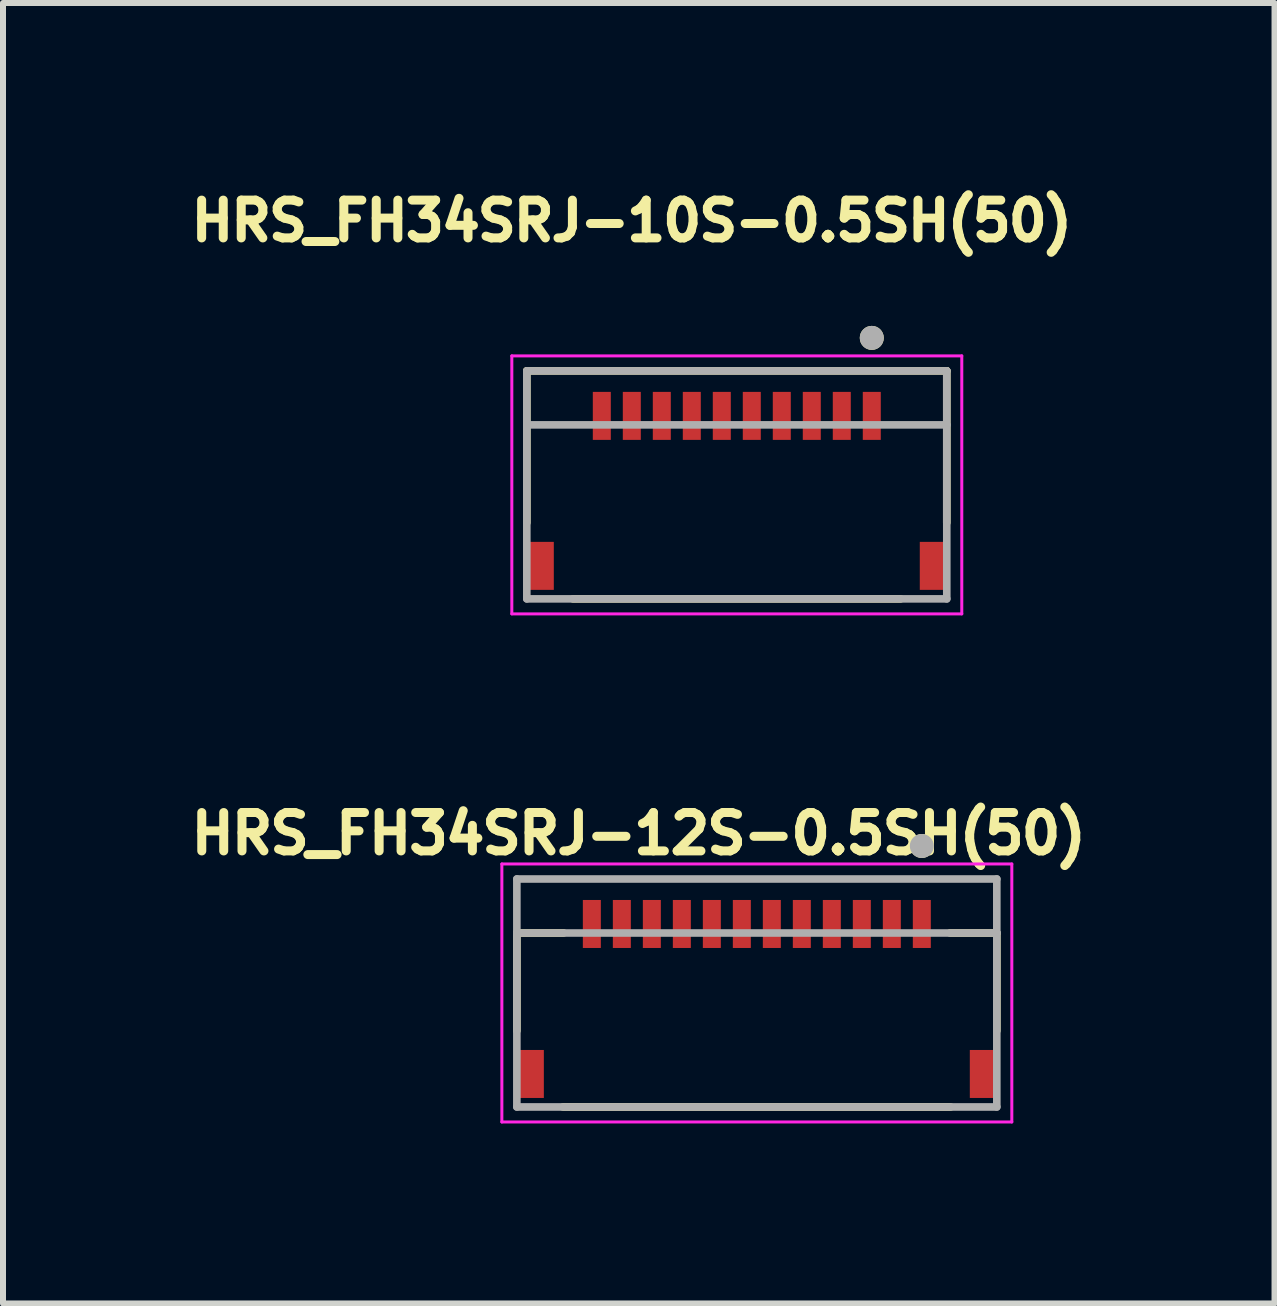
<source format=kicad_pcb>
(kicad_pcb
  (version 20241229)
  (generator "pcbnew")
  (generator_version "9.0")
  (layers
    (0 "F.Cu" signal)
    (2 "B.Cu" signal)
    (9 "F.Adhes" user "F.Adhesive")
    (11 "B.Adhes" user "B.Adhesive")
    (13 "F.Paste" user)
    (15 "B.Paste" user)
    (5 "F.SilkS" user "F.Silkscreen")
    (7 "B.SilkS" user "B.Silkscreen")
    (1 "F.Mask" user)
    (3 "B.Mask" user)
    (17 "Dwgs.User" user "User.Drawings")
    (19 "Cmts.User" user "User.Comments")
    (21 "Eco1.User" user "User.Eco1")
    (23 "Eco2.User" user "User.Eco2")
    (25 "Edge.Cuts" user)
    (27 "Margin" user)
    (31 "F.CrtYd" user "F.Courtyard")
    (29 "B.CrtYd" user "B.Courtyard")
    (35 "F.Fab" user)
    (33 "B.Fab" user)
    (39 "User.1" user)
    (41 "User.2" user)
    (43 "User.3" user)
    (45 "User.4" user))
  (footprint "HRS_FH34SRJ-12S-0.5SH(50)"
    (layer "F.Cu")
    (at 9.565 13.601)
    (property "Reference" "HRS_FH34SRJ-12S-0.5SH(50)" (at -1.968 -2.756 0) (layer "F.SilkS") (effects (font (size 0.64 0.64) (thickness 0.15))))
    (attr smd)
    (fp_line (start -4 -1.1) (end -4 0.53) (stroke (width 0.127) (type solid)) (layer "F.SilkS"))
    (fp_line (start -3.23 1.8) (end 3.23 1.8) (stroke (width 0.127) (type solid)) (layer "F.SilkS"))
    (fp_line (start -3.22 -1.1) (end -4 -1.1) (stroke (width 0.127) (type solid)) (layer "F.SilkS"))
    (fp_line (start 3.22 -1.1) (end 4 -1.1) (stroke (width 0.127) (type solid)) (layer "F.SilkS"))
    (fp_line (start 4 -1.1) (end 4 0.53) (stroke (width 0.127) (type solid)) (layer "F.SilkS"))
    (fp_circle (center 2.75 -2.55) (end 2.85 -2.55) (stroke (width 0.2) (type solid)) (fill no) (layer "F.SilkS"))
    (fp_poly (pts (xy -2.875 -1.65) (xy -2.625 -1.65) (xy -2.625 -1) (xy -2.875 -1)) (stroke (width 0.01) (type solid)) (fill yes) (layer "F.Paste"))
    (fp_poly (pts (xy -2.375 -1.65) (xy -2.125 -1.65) (xy -2.125 -1) (xy -2.375 -1)) (stroke (width 0.01) (type solid)) (fill yes) (layer "F.Paste"))
    (fp_poly (pts (xy -1.875 -1.65) (xy -1.625 -1.65) (xy -1.625 -1) (xy -1.875 -1)) (stroke (width 0.01) (type solid)) (fill yes) (layer "F.Paste"))
    (fp_poly (pts (xy -1.375 -1.65) (xy -1.125 -1.65) (xy -1.125 -1) (xy -1.375 -1)) (stroke (width 0.01) (type solid)) (fill yes) (layer "F.Paste"))
    (fp_poly (pts (xy -0.875 -1.65) (xy -0.625 -1.65) (xy -0.625 -1) (xy -0.875 -1)) (stroke (width 0.01) (type solid)) (fill yes) (layer "F.Paste"))
    (fp_poly (pts (xy -0.375 -1.65) (xy -0.125 -1.65) (xy -0.125 -1) (xy -0.375 -1)) (stroke (width 0.01) (type solid)) (fill yes) (layer "F.Paste"))
    (fp_poly (pts (xy 0.125 -1.65) (xy 0.375 -1.65) (xy 0.375 -1) (xy 0.125 -1)) (stroke (width 0.01) (type solid)) (fill yes) (layer "F.Paste"))
    (fp_poly (pts (xy 0.625 -1.65) (xy 0.875 -1.65) (xy 0.875 -1) (xy 0.625 -1)) (stroke (width 0.01) (type solid)) (fill yes) (layer "F.Paste"))
    (fp_poly (pts (xy 1.125 -1.65) (xy 1.375 -1.65) (xy 1.375 -1) (xy 1.125 -1)) (stroke (width 0.01) (type solid)) (fill yes) (layer "F.Paste"))
    (fp_poly (pts (xy 1.625 -1.65) (xy 1.875 -1.65) (xy 1.875 -1) (xy 1.625 -1)) (stroke (width 0.01) (type solid)) (fill yes) (layer "F.Paste"))
    (fp_poly (pts (xy 2.125 -1.65) (xy 2.375 -1.65) (xy 2.375 -1) (xy 2.125 -1)) (stroke (width 0.01) (type solid)) (fill yes) (layer "F.Paste"))
    (fp_poly (pts (xy 2.625 -1.65) (xy 2.875 -1.65) (xy 2.875 -1) (xy 2.625 -1)) (stroke (width 0.01) (type solid)) (fill yes) (layer "F.Paste"))
    (fp_line (start -4.25 -2.25) (end -4.25 2.05) (stroke (width 0.05) (type solid)) (layer "F.CrtYd"))
    (fp_line (start -4.25 2.05) (end 4.25 2.05) (stroke (width 0.05) (type solid)) (layer "F.CrtYd"))
    (fp_line (start 4.25 -2.25) (end -4.25 -2.25) (stroke (width 0.05) (type solid)) (layer "F.CrtYd"))
    (fp_line (start 4.25 2.05) (end 4.25 -2.25) (stroke (width 0.05) (type solid)) (layer "F.CrtYd"))
    (fp_line (start -4 -2) (end 4 -2) (stroke (width 0.127) (type solid)) (layer "F.Fab"))
    (fp_line (start -4 -1.1) (end -4 -2) (stroke (width 0.127) (type solid)) (layer "F.Fab"))
    (fp_line (start -4 -1.1) (end 4 -1.1) (stroke (width 0.127) (type solid)) (layer "F.Fab"))
    (fp_line (start -4 1.8) (end -4 -1.1) (stroke (width 0.127) (type solid)) (layer "F.Fab"))
    (fp_line (start 4 -2) (end 4 -1.1) (stroke (width 0.127) (type solid)) (layer "F.Fab"))
    (fp_line (start 4 -1.1) (end 4 1.8) (stroke (width 0.127) (type solid)) (layer "F.Fab"))
    (fp_line (start 4 1.8) (end -4 1.8) (stroke (width 0.127) (type solid)) (layer "F.Fab"))
    (fp_circle (center 2.75 -2.55) (end 2.85 -2.55) (stroke (width 0.2) (type solid)) (fill no) (layer "F.Fab"))
    (pad "1" smd rect (at 2.75 -1.25) (size 0.3 0.8) (layers "F.Cu" "F.Mask"))
    (pad "2" smd rect (at 2.25 -1.25) (size 0.3 0.8) (layers "F.Cu" "F.Mask"))
    (pad "3" smd rect (at 1.75 -1.25) (size 0.3 0.8) (layers "F.Cu" "F.Mask"))
    (pad "4" smd rect (at 1.25 -1.25) (size 0.3 0.8) (layers "F.Cu" "F.Mask"))
    (pad "5" smd rect (at 0.75 -1.25) (size 0.3 0.8) (layers "F.Cu" "F.Mask"))
    (pad "6" smd rect (at 0.25 -1.25) (size 0.3 0.8) (layers "F.Cu" "F.Mask"))
    (pad "7" smd rect (at -0.25 -1.25) (size 0.3 0.8) (layers "F.Cu" "F.Mask"))
    (pad "8" smd rect (at -0.75 -1.25) (size 0.3 0.8) (layers "F.Cu" "F.Mask"))
    (pad "9" smd rect (at -1.25 -1.25) (size 0.3 0.8) (layers "F.Cu" "F.Mask"))
    (pad "10" smd rect (at -1.75 -1.25) (size 0.3 0.8) (layers "F.Cu" "F.Mask"))
    (pad "11" smd rect (at -2.25 -1.25) (size 0.3 0.8) (layers "F.Cu" "F.Mask"))
    (pad "12" smd rect (at -2.75 -1.25) (size 0.3 0.8) (layers "F.Cu" "F.Mask"))
    (pad "S1" smd rect (at 3.75 1.25) (size 0.4 0.8) (layers "F.Cu" "F.Mask" "F.Paste"))
    (pad "S2" smd rect (at -3.75 1.25) (size 0.4 0.8) (layers "F.Cu" "F.Mask" "F.Paste")))
  (footprint "HRS_FH34SRJ-10S-0.5SH(50)"
    (layer "F.Cu")
    (at 9.231 5.032)
    (property "Reference" "HRS_FH34SRJ-10S-0.5SH(50)" (at -1.75 -4.4 0) (layer "F.SilkS") (effects (font (size 0.63 0.63) (thickness 0.15))))
    (attr smd)
    (fp_poly (pts (xy -2.45 -1.6) (xy -2.05 -1.6) (xy -2.05 -0.7) (xy -2.45 -0.7)) (stroke (width 0.01) (type solid)) (fill yes) (layer "F.Mask"))
    (fp_poly (pts (xy -1.95 -1.6) (xy -1.55 -1.6) (xy -1.55 -0.7) (xy -1.95 -0.7)) (stroke (width 0.01) (type solid)) (fill yes) (layer "F.Mask"))
    (fp_poly (pts (xy -1.45 -1.6) (xy -1.05 -1.6) (xy -1.05 -0.7) (xy -1.45 -0.7)) (stroke (width 0.01) (type solid)) (fill yes) (layer "F.Mask"))
    (fp_poly (pts (xy -0.95 -1.6) (xy -0.55 -1.6) (xy -0.55 -0.7) (xy -0.95 -0.7)) (stroke (width 0.01) (type solid)) (fill yes) (layer "F.Mask"))
    (fp_poly (pts (xy -0.45 -1.6) (xy -0.05 -1.6) (xy -0.05 -0.7) (xy -0.45 -0.7)) (stroke (width 0.01) (type solid)) (fill yes) (layer "F.Mask"))
    (fp_poly (pts (xy 0.05 -1.6) (xy 0.45 -1.6) (xy 0.45 -0.7) (xy 0.05 -0.7)) (stroke (width 0.01) (type solid)) (fill yes) (layer "F.Mask"))
    (fp_poly (pts (xy 0.55 -1.6) (xy 0.95 -1.6) (xy 0.95 -0.7) (xy 0.55 -0.7)) (stroke (width 0.01) (type solid)) (fill yes) (layer "F.Mask"))
    (fp_poly (pts (xy 1.05 -1.6) (xy 1.45 -1.6) (xy 1.45 -0.7) (xy 1.05 -0.7)) (stroke (width 0.01) (type solid)) (fill yes) (layer "F.Mask"))
    (fp_poly (pts (xy 1.55 -1.6) (xy 1.95 -1.6) (xy 1.95 -0.7) (xy 1.55 -0.7)) (stroke (width 0.01) (type solid)) (fill yes) (layer "F.Mask"))
    (fp_poly (pts (xy 2.05 -1.6) (xy 2.45 -1.6) (xy 2.45 -0.7) (xy 2.05 -0.7)) (stroke (width 0.01) (type solid)) (fill yes) (layer "F.Mask"))
    (fp_line (start -3.5 -1.9) (end -3.5 0.63) (stroke (width 0.127) (type solid)) (layer "F.SilkS"))
    (fp_line (start -2.73 1.9) (end 2.73 1.9) (stroke (width 0.127) (type solid)) (layer "F.SilkS"))
    (fp_line (start 3.5 -1.9) (end -3.5 -1.9) (stroke (width 0.127) (type solid)) (layer "F.SilkS"))
    (fp_line (start 3.5 0.63) (end 3.5 -1.9) (stroke (width 0.127) (type solid)) (layer "F.SilkS"))
    (fp_circle (center 2.25 -2.45) (end 2.35 -2.45) (stroke (width 0.2) (type solid)) (fill no) (layer "F.SilkS"))
    (fp_poly (pts (xy -2.375 -1.55) (xy -2.125 -1.55) (xy -2.125 -0.9) (xy -2.375 -0.9)) (stroke (width 0.01) (type solid)) (fill yes) (layer "F.Paste"))
    (fp_poly (pts (xy -1.875 -1.55) (xy -1.625 -1.55) (xy -1.625 -0.9) (xy -1.875 -0.9)) (stroke (width 0.01) (type solid)) (fill yes) (layer "F.Paste"))
    (fp_poly (pts (xy -1.375 -1.55) (xy -1.125 -1.55) (xy -1.125 -0.9) (xy -1.375 -0.9)) (stroke (width 0.01) (type solid)) (fill yes) (layer "F.Paste"))
    (fp_poly (pts (xy -0.875 -1.55) (xy -0.625 -1.55) (xy -0.625 -0.9) (xy -0.875 -0.9)) (stroke (width 0.01) (type solid)) (fill yes) (layer "F.Paste"))
    (fp_poly (pts (xy -0.375 -1.55) (xy -0.125 -1.55) (xy -0.125 -0.9) (xy -0.375 -0.9)) (stroke (width 0.01) (type solid)) (fill yes) (layer "F.Paste"))
    (fp_poly (pts (xy 0.125 -1.55) (xy 0.375 -1.55) (xy 0.375 -0.9) (xy 0.125 -0.9)) (stroke (width 0.01) (type solid)) (fill yes) (layer "F.Paste"))
    (fp_poly (pts (xy 0.625 -1.55) (xy 0.875 -1.55) (xy 0.875 -0.9) (xy 0.625 -0.9)) (stroke (width 0.01) (type solid)) (fill yes) (layer "F.Paste"))
    (fp_poly (pts (xy 1.125 -1.55) (xy 1.375 -1.55) (xy 1.375 -0.9) (xy 1.125 -0.9)) (stroke (width 0.01) (type solid)) (fill yes) (layer "F.Paste"))
    (fp_poly (pts (xy 1.625 -1.55) (xy 1.875 -1.55) (xy 1.875 -0.9) (xy 1.625 -0.9)) (stroke (width 0.01) (type solid)) (fill yes) (layer "F.Paste"))
    (fp_poly (pts (xy 2.125 -1.55) (xy 2.375 -1.55) (xy 2.375 -0.9) (xy 2.125 -0.9)) (stroke (width 0.01) (type solid)) (fill yes) (layer "F.Paste"))
    (fp_line (start -3.75 -2.15) (end -3.75 2.15) (stroke (width 0.05) (type solid)) (layer "F.CrtYd"))
    (fp_line (start -3.75 2.15) (end 3.75 2.15) (stroke (width 0.05) (type solid)) (layer "F.CrtYd"))
    (fp_line (start 3.75 -2.15) (end -3.75 -2.15) (stroke (width 0.05) (type solid)) (layer "F.CrtYd"))
    (fp_line (start 3.75 2.15) (end 3.75 -2.15) (stroke (width 0.05) (type solid)) (layer "F.CrtYd"))
    (fp_line (start -3.5 -1.9) (end 3.5 -1.9) (stroke (width 0.127) (type solid)) (layer "F.Fab"))
    (fp_line (start -3.5 -1) (end -3.5 -1.9) (stroke (width 0.127) (type solid)) (layer "F.Fab"))
    (fp_line (start -3.5 -1) (end -3.5 1.9) (stroke (width 0.127) (type solid)) (layer "F.Fab"))
    (fp_line (start -3.5 1.9) (end 3.5 1.9) (stroke (width 0.127) (type solid)) (layer "F.Fab"))
    (fp_line (start 3.5 -1.9) (end 3.5 -1) (stroke (width 0.127) (type solid)) (layer "F.Fab"))
    (fp_line (start 3.5 -1) (end -3.5 -1) (stroke (width 0.127) (type solid)) (layer "F.Fab"))
    (fp_line (start 3.5 1.9) (end 3.5 -1) (stroke (width 0.127) (type solid)) (layer "F.Fab"))
    (fp_circle (center 2.25 -2.45) (end 2.35 -2.45) (stroke (width 0.2) (type solid)) (fill no) (layer "F.Fab"))
    (pad "1" smd rect (at 2.25 -1.15) (size 0.3 0.8) (layers "F.Cu"))
    (pad "2" smd rect (at 1.75 -1.15) (size 0.3 0.8) (layers "F.Cu"))
    (pad "3" smd rect (at 1.25 -1.15) (size 0.3 0.8) (layers "F.Cu"))
    (pad "4" smd rect (at 0.75 -1.15) (size 0.3 0.8) (layers "F.Cu"))
    (pad "5" smd rect (at 0.25 -1.15) (size 0.3 0.8) (layers "F.Cu"))
    (pad "6" smd rect (at -0.25 -1.15) (size 0.3 0.8) (layers "F.Cu"))
    (pad "7" smd rect (at -0.75 -1.15) (size 0.3 0.8) (layers "F.Cu"))
    (pad "8" smd rect (at -1.25 -1.15) (size 0.3 0.8) (layers "F.Cu"))
    (pad "9" smd rect (at -1.75 -1.15) (size 0.3 0.8) (layers "F.Cu"))
    (pad "10" smd rect (at -2.25 -1.15) (size 0.3 0.8) (layers "F.Cu"))
    (pad "MP" smd rect (at -3.25 1.35) (size 0.4 0.8) (layers "F.Cu" "F.Mask" "F.Paste"))
    (pad "MP" smd rect (at 3.25 1.35) (size 0.4 0.8) (layers "F.Cu" "F.Mask" "F.Paste")))
  (gr_rect
    (start -3 -3)
    (end 18.194 18.676)
    (stroke (width 0.1) (type default))
    (fill no)
    (layer "Edge.Cuts")))
</source>
